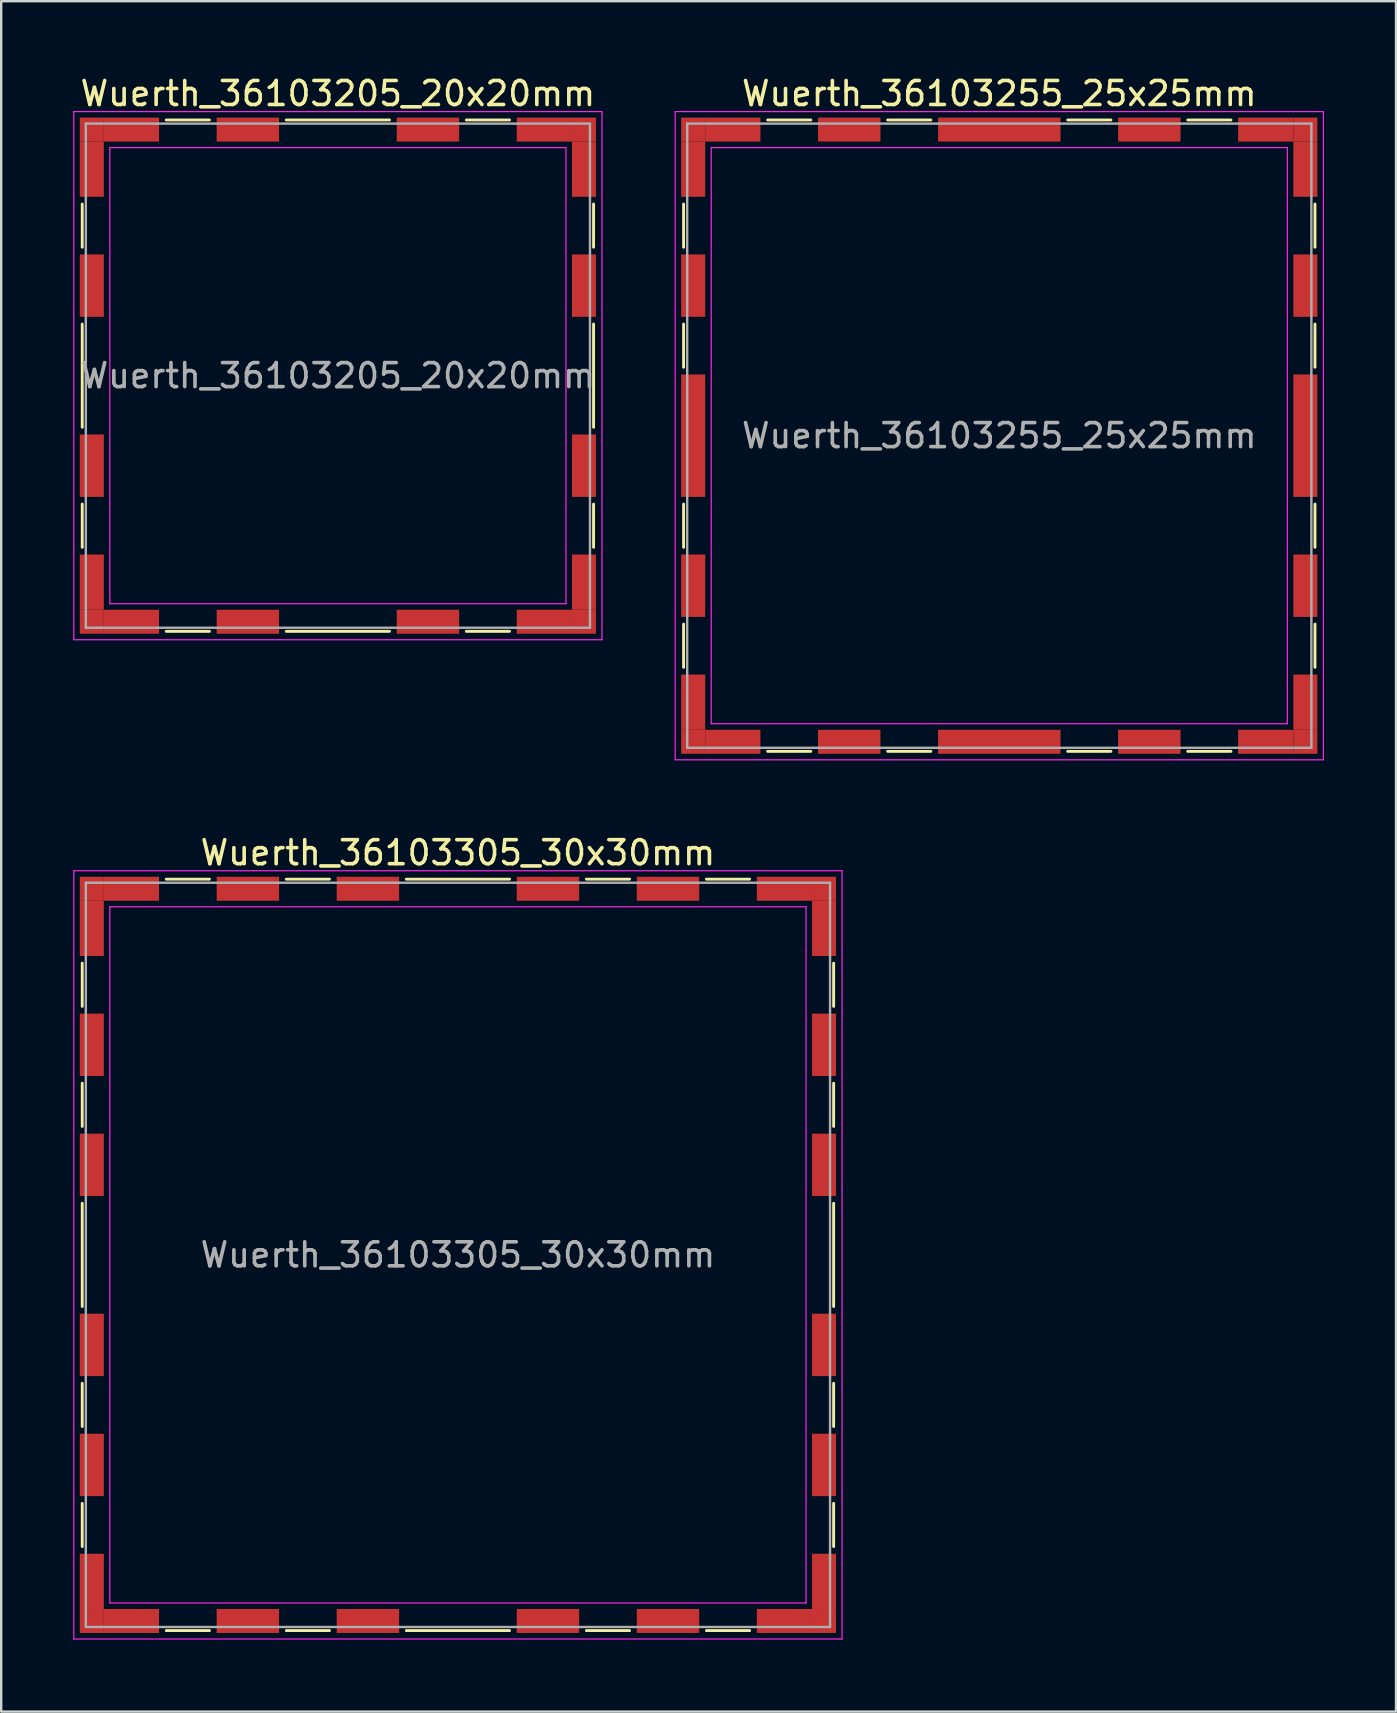
<source format=kicad_pcb>
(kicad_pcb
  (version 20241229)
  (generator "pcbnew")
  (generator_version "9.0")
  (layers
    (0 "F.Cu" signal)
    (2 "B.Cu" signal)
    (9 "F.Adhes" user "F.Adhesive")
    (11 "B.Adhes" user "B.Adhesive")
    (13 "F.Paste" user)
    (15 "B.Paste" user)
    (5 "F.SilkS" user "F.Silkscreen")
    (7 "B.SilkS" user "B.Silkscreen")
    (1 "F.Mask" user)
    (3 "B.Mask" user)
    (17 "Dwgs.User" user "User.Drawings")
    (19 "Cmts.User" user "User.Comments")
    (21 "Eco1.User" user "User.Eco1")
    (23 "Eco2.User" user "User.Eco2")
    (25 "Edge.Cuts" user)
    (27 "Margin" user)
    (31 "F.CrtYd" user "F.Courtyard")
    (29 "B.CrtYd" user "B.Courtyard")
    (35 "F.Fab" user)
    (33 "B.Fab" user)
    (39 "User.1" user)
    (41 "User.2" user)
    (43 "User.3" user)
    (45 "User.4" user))
  (footprint "Wuerth_36103205_20x20mm"
    (layer "F.Cu")
    (at 11.025 12.598)
    (property "Reference" "Wuerth_36103205_20x20mm" (at 0 -11.75 0) (layer "F.SilkS") (effects (font (size 1 1) (thickness 0.15))))
    (attr smd)
    (fp_line (start -10.65 -7.15) (end -10.65 -5.35) (stroke (width 0.12) (type solid)) (layer "F.SilkS"))
    (fp_line (start -10.65 -2.15) (end -10.65 2.15) (stroke (width 0.12) (type solid)) (layer "F.SilkS"))
    (fp_line (start -10.65 5.35) (end -10.65 7.15) (stroke (width 0.12) (type solid)) (layer "F.SilkS"))
    (fp_line (start -7.15 -10.65) (end -5.35 -10.65) (stroke (width 0.12) (type solid)) (layer "F.SilkS"))
    (fp_line (start -7.15 10.65) (end -5.35 10.65) (stroke (width 0.12) (type solid)) (layer "F.SilkS"))
    (fp_line (start -2.15 -10.65) (end 2.15 -10.65) (stroke (width 0.12) (type solid)) (layer "F.SilkS"))
    (fp_line (start -2.15 10.65) (end 2.15 10.65) (stroke (width 0.12) (type solid)) (layer "F.SilkS"))
    (fp_line (start 5.35 -10.65) (end 7.15 -10.65) (stroke (width 0.12) (type solid)) (layer "F.SilkS"))
    (fp_line (start 5.35 10.65) (end 7.15 10.65) (stroke (width 0.12) (type solid)) (layer "F.SilkS"))
    (fp_line (start 10.65 -7.15) (end 10.65 -5.35) (stroke (width 0.12) (type solid)) (layer "F.SilkS"))
    (fp_line (start 10.65 -2.15) (end 10.65 2.15) (stroke (width 0.12) (type solid)) (layer "F.SilkS"))
    (fp_line (start 10.65 5.35) (end 10.65 7.15) (stroke (width 0.12) (type solid)) (layer "F.SilkS"))
    (fp_line (start -11 -11) (end -11 11) (stroke (width 0.05) (type solid)) (layer "F.CrtYd"))
    (fp_line (start -11 11) (end 11 11) (stroke (width 0.05) (type solid)) (layer "F.CrtYd"))
    (fp_line (start -9.5 -9.5) (end -9.5 9.5) (stroke (width 0.05) (type solid)) (layer "F.CrtYd"))
    (fp_line (start -9.5 9.5) (end 9.5 9.5) (stroke (width 0.05) (type solid)) (layer "F.CrtYd"))
    (fp_line (start 9.5 -9.5) (end -9.5 -9.5) (stroke (width 0.05) (type solid)) (layer "F.CrtYd"))
    (fp_line (start 9.5 9.5) (end 9.5 -9.5) (stroke (width 0.05) (type solid)) (layer "F.CrtYd"))
    (fp_line (start 11 -11) (end -11 -11) (stroke (width 0.05) (type solid)) (layer "F.CrtYd"))
    (fp_line (start 11 11) (end 11 -11) (stroke (width 0.05) (type solid)) (layer "F.CrtYd"))
    (fp_line (start -10.5 -10.5) (end -10.5 10.5) (stroke (width 0.1) (type solid)) (layer "F.Fab"))
    (fp_line (start -10.5 10.5) (end 10.5 10.5) (stroke (width 0.1) (type solid)) (layer "F.Fab"))
    (fp_line (start 10.5 -10.5) (end -10.5 -10.5) (stroke (width 0.1) (type solid)) (layer "F.Fab"))
    (fp_line (start 10.5 10.5) (end 10.5 -10.5) (stroke (width 0.1) (type solid)) (layer "F.Fab"))
    (fp_text user "${REFERENCE}" (at 0 0 0) (layer "F.Fab") (effects (font (size 1 1) (thickness 0.15))))
    (pad "1" smd rect (at -10.25 -10.25) (size 1 1) (layers "F.Cu" "F.Mask" "F.Paste"))
    (pad "1" smd rect (at -10.25 -8.6) (size 1 2.3) (layers "F.Cu" "F.Mask" "F.Paste"))
    (pad "1" smd rect (at -10.25 -3.75) (size 1 2.6) (layers "F.Cu" "F.Mask" "F.Paste"))
    (pad "1" smd rect (at -10.25 3.75) (size 1 2.6) (layers "F.Cu" "F.Mask" "F.Paste"))
    (pad "1" smd rect (at -10.25 8.6) (size 1 2.3) (layers "F.Cu" "F.Mask" "F.Paste"))
    (pad "1" smd rect (at -10.25 10.25) (size 1 1) (layers "F.Cu" "F.Mask" "F.Paste"))
    (pad "1" smd rect (at -8.6 -10.25) (size 2.3 1) (layers "F.Cu" "F.Mask" "F.Paste"))
    (pad "1" smd rect (at -8.6 10.25) (size 2.3 1) (layers "F.Cu" "F.Mask" "F.Paste"))
    (pad "1" smd rect (at -3.75 -10.25) (size 2.6 1) (layers "F.Cu" "F.Mask" "F.Paste"))
    (pad "1" smd rect (at -3.75 10.25) (size 2.6 1) (layers "F.Cu" "F.Mask" "F.Paste"))
    (pad "1" smd rect (at 3.75 -10.25) (size 2.6 1) (layers "F.Cu" "F.Mask" "F.Paste"))
    (pad "1" smd rect (at 3.75 10.25) (size 2.6 1) (layers "F.Cu" "F.Mask" "F.Paste"))
    (pad "1" smd rect (at 8.6 -10.25) (size 2.3 1) (layers "F.Cu" "F.Mask" "F.Paste"))
    (pad "1" smd rect (at 8.6 10.25) (size 2.3 1) (layers "F.Cu" "F.Mask" "F.Paste"))
    (pad "1" smd rect (at 10.25 -10.25) (size 1 1) (layers "F.Cu" "F.Mask" "F.Paste"))
    (pad "1" smd rect (at 10.25 -8.6) (size 1 2.3) (layers "F.Cu" "F.Mask" "F.Paste"))
    (pad "1" smd rect (at 10.25 -3.75) (size 1 2.6) (layers "F.Cu" "F.Mask" "F.Paste"))
    (pad "1" smd rect (at 10.25 3.75) (size 1 2.6) (layers "F.Cu" "F.Mask" "F.Paste"))
    (pad "1" smd rect (at 10.25 8.6) (size 1 2.3) (layers "F.Cu" "F.Mask" "F.Paste"))
    (pad "1" smd rect (at 10.25 10.25) (size 1 1) (layers "F.Cu" "F.Mask" "F.Paste")))
  (footprint "Wuerth_36103255_25x25mm"
    (layer "F.Cu")
    (at 38.575 15.098)
    (property "Reference" "Wuerth_36103255_25x25mm" (at 0 -14.25 0) (layer "F.SilkS") (effects (font (size 1 1) (thickness 0.15))))
    (attr smd)
    (fp_line (start -13.15 -9.65) (end -13.15 -7.85) (stroke (width 0.12) (type solid)) (layer "F.SilkS"))
    (fp_line (start -13.15 -4.65) (end -13.15 -2.85) (stroke (width 0.12) (type solid)) (layer "F.SilkS"))
    (fp_line (start -13.15 2.85) (end -13.15 4.65) (stroke (width 0.12) (type solid)) (layer "F.SilkS"))
    (fp_line (start -13.15 7.85) (end -13.15 9.65) (stroke (width 0.12) (type solid)) (layer "F.SilkS"))
    (fp_line (start -9.65 -13.15) (end -7.85 -13.15) (stroke (width 0.12) (type solid)) (layer "F.SilkS"))
    (fp_line (start -9.65 13.15) (end -7.85 13.15) (stroke (width 0.12) (type solid)) (layer "F.SilkS"))
    (fp_line (start -4.65 -13.15) (end -2.85 -13.15) (stroke (width 0.12) (type solid)) (layer "F.SilkS"))
    (fp_line (start -4.65 13.15) (end -2.85 13.15) (stroke (width 0.12) (type solid)) (layer "F.SilkS"))
    (fp_line (start 2.85 -13.15) (end 4.65 -13.15) (stroke (width 0.12) (type solid)) (layer "F.SilkS"))
    (fp_line (start 2.85 13.15) (end 4.65 13.15) (stroke (width 0.12) (type solid)) (layer "F.SilkS"))
    (fp_line (start 7.85 -13.15) (end 9.65 -13.15) (stroke (width 0.12) (type solid)) (layer "F.SilkS"))
    (fp_line (start 7.85 13.15) (end 9.65 13.15) (stroke (width 0.12) (type solid)) (layer "F.SilkS"))
    (fp_line (start 13.15 -9.65) (end 13.15 -7.85) (stroke (width 0.12) (type solid)) (layer "F.SilkS"))
    (fp_line (start 13.15 -4.65) (end 13.15 -2.85) (stroke (width 0.12) (type solid)) (layer "F.SilkS"))
    (fp_line (start 13.15 2.85) (end 13.15 4.65) (stroke (width 0.12) (type solid)) (layer "F.SilkS"))
    (fp_line (start 13.15 7.85) (end 13.15 9.65) (stroke (width 0.12) (type solid)) (layer "F.SilkS"))
    (fp_line (start -13.5 -13.5) (end -13.5 13.5) (stroke (width 0.05) (type solid)) (layer "F.CrtYd"))
    (fp_line (start -13.5 13.5) (end 13.5 13.5) (stroke (width 0.05) (type solid)) (layer "F.CrtYd"))
    (fp_line (start -12 -12) (end -12 12) (stroke (width 0.05) (type solid)) (layer "F.CrtYd"))
    (fp_line (start -12 12) (end 12 12) (stroke (width 0.05) (type solid)) (layer "F.CrtYd"))
    (fp_line (start 12 -12) (end -12 -12) (stroke (width 0.05) (type solid)) (layer "F.CrtYd"))
    (fp_line (start 12 12) (end 12 -12) (stroke (width 0.05) (type solid)) (layer "F.CrtYd"))
    (fp_line (start 13.5 -13.5) (end -13.5 -13.5) (stroke (width 0.05) (type solid)) (layer "F.CrtYd"))
    (fp_line (start 13.5 13.5) (end 13.5 -13.5) (stroke (width 0.05) (type solid)) (layer "F.CrtYd"))
    (fp_line (start -13 -13) (end -13 13) (stroke (width 0.1) (type solid)) (layer "F.Fab"))
    (fp_line (start -13 13) (end 13 13) (stroke (width 0.1) (type solid)) (layer "F.Fab"))
    (fp_line (start 13 -13) (end -13 -13) (stroke (width 0.1) (type solid)) (layer "F.Fab"))
    (fp_line (start 13 13) (end 13 -13) (stroke (width 0.1) (type solid)) (layer "F.Fab"))
    (fp_text user "${REFERENCE}" (at 0 0 0) (layer "F.Fab") (effects (font (size 1 1) (thickness 0.15))))
    (pad "1" smd rect (at -12.75 -12.75) (size 1 1) (layers "F.Cu" "F.Mask" "F.Paste"))
    (pad "1" smd rect (at -12.75 -11.1) (size 1 2.3) (layers "F.Cu" "F.Mask" "F.Paste"))
    (pad "1" smd rect (at -12.75 -6.25) (size 1 2.6) (layers "F.Cu" "F.Mask" "F.Paste"))
    (pad "1" smd rect (at -12.75 0) (size 1 5.1) (layers "F.Cu" "F.Mask" "F.Paste"))
    (pad "1" smd rect (at -12.75 6.25) (size 1 2.6) (layers "F.Cu" "F.Mask" "F.Paste"))
    (pad "1" smd rect (at -12.75 11.1) (size 1 2.3) (layers "F.Cu" "F.Mask" "F.Paste"))
    (pad "1" smd rect (at -12.75 12.75) (size 1 1) (layers "F.Cu" "F.Mask" "F.Paste"))
    (pad "1" smd rect (at -11.1 -12.75) (size 2.3 1) (layers "F.Cu" "F.Mask" "F.Paste"))
    (pad "1" smd rect (at -11.1 12.75) (size 2.3 1) (layers "F.Cu" "F.Mask" "F.Paste"))
    (pad "1" smd rect (at -6.25 -12.75) (size 2.6 1) (layers "F.Cu" "F.Mask" "F.Paste"))
    (pad "1" smd rect (at -6.25 12.75) (size 2.6 1) (layers "F.Cu" "F.Mask" "F.Paste"))
    (pad "1" smd rect (at 0 -12.75) (size 5.1 1) (layers "F.Cu" "F.Mask" "F.Paste"))
    (pad "1" smd rect (at 0 12.75) (size 5.1 1) (layers "F.Cu" "F.Mask" "F.Paste"))
    (pad "1" smd rect (at 6.25 -12.75) (size 2.6 1) (layers "F.Cu" "F.Mask" "F.Paste"))
    (pad "1" smd rect (at 6.25 12.75) (size 2.6 1) (layers "F.Cu" "F.Mask" "F.Paste"))
    (pad "1" smd rect (at 11.1 -12.75) (size 2.3 1) (layers "F.Cu" "F.Mask" "F.Paste"))
    (pad "1" smd rect (at 11.1 12.75) (size 2.3 1) (layers "F.Cu" "F.Mask" "F.Paste"))
    (pad "1" smd rect (at 12.75 -12.75) (size 1 1) (layers "F.Cu" "F.Mask" "F.Paste"))
    (pad "1" smd rect (at 12.75 -11.1) (size 1 2.3) (layers "F.Cu" "F.Mask" "F.Paste"))
    (pad "1" smd rect (at 12.75 -6.25) (size 1 2.6) (layers "F.Cu" "F.Mask" "F.Paste"))
    (pad "1" smd rect (at 12.75 0) (size 1 5.1) (layers "F.Cu" "F.Mask" "F.Paste"))
    (pad "1" smd rect (at 12.75 6.25) (size 1 2.6) (layers "F.Cu" "F.Mask" "F.Paste"))
    (pad "1" smd rect (at 12.75 11.1) (size 1 2.3) (layers "F.Cu" "F.Mask" "F.Paste"))
    (pad "1" smd rect (at 12.75 12.75) (size 1 1) (layers "F.Cu" "F.Mask" "F.Paste")))
  (footprint "Wuerth_36103305_30x30mm"
    (layer "F.Cu")
    (at 16.025 49.221)
    (property "Reference" "Wuerth_36103305_30x30mm" (at 0 -16.75 0) (layer "F.SilkS") (effects (font (size 1 1) (thickness 0.15))))
    (attr smd)
    (fp_line (start -15.65 -12.15) (end -15.65 -10.35) (stroke (width 0.12) (type solid)) (layer "F.SilkS"))
    (fp_line (start -15.65 -7.15) (end -15.65 -5.35) (stroke (width 0.12) (type solid)) (layer "F.SilkS"))
    (fp_line (start -15.65 -2.15) (end -15.65 2.15) (stroke (width 0.12) (type solid)) (layer "F.SilkS"))
    (fp_line (start -15.65 5.35) (end -15.65 7.15) (stroke (width 0.12) (type solid)) (layer "F.SilkS"))
    (fp_line (start -15.65 10.35) (end -15.65 12.15) (stroke (width 0.12) (type solid)) (layer "F.SilkS"))
    (fp_line (start -12.15 -15.65) (end -10.35 -15.65) (stroke (width 0.12) (type solid)) (layer "F.SilkS"))
    (fp_line (start -12.15 15.65) (end -10.35 15.65) (stroke (width 0.12) (type solid)) (layer "F.SilkS"))
    (fp_line (start -7.15 -15.65) (end -5.35 -15.65) (stroke (width 0.12) (type solid)) (layer "F.SilkS"))
    (fp_line (start -7.15 15.65) (end -5.35 15.65) (stroke (width 0.12) (type solid)) (layer "F.SilkS"))
    (fp_line (start -2.15 -15.65) (end 2.15 -15.65) (stroke (width 0.12) (type solid)) (layer "F.SilkS"))
    (fp_line (start -2.15 15.65) (end 2.15 15.65) (stroke (width 0.12) (type solid)) (layer "F.SilkS"))
    (fp_line (start 5.35 -15.65) (end 7.15 -15.65) (stroke (width 0.12) (type solid)) (layer "F.SilkS"))
    (fp_line (start 5.35 15.65) (end 7.15 15.65) (stroke (width 0.12) (type solid)) (layer "F.SilkS"))
    (fp_line (start 10.35 -15.65) (end 12.15 -15.65) (stroke (width 0.12) (type solid)) (layer "F.SilkS"))
    (fp_line (start 10.35 15.65) (end 12.15 15.65) (stroke (width 0.12) (type solid)) (layer "F.SilkS"))
    (fp_line (start 15.65 -12.15) (end 15.65 -10.35) (stroke (width 0.12) (type solid)) (layer "F.SilkS"))
    (fp_line (start 15.65 -7.15) (end 15.65 -5.35) (stroke (width 0.12) (type solid)) (layer "F.SilkS"))
    (fp_line (start 15.65 -2.15) (end 15.65 2.15) (stroke (width 0.12) (type solid)) (layer "F.SilkS"))
    (fp_line (start 15.65 5.35) (end 15.65 7.15) (stroke (width 0.12) (type solid)) (layer "F.SilkS"))
    (fp_line (start 15.65 10.35) (end 15.65 12.15) (stroke (width 0.12) (type solid)) (layer "F.SilkS"))
    (fp_line (start -16 -16) (end -16 16) (stroke (width 0.05) (type solid)) (layer "F.CrtYd"))
    (fp_line (start -16 16) (end 16 16) (stroke (width 0.05) (type solid)) (layer "F.CrtYd"))
    (fp_line (start -14.5 -14.5) (end -14.5 14.5) (stroke (width 0.05) (type solid)) (layer "F.CrtYd"))
    (fp_line (start -14.5 14.5) (end 14.5 14.5) (stroke (width 0.05) (type solid)) (layer "F.CrtYd"))
    (fp_line (start 14.5 -14.5) (end -14.5 -14.5) (stroke (width 0.05) (type solid)) (layer "F.CrtYd"))
    (fp_line (start 14.5 14.5) (end 14.5 -14.5) (stroke (width 0.05) (type solid)) (layer "F.CrtYd"))
    (fp_line (start 16 -16) (end -16 -16) (stroke (width 0.05) (type solid)) (layer "F.CrtYd"))
    (fp_line (start 16 16) (end 16 -16) (stroke (width 0.05) (type solid)) (layer "F.CrtYd"))
    (fp_line (start -15.5 -15.5) (end -15.5 15.5) (stroke (width 0.1) (type solid)) (layer "F.Fab"))
    (fp_line (start -15.5 15.5) (end 15.5 15.5) (stroke (width 0.1) (type solid)) (layer "F.Fab"))
    (fp_line (start 15.5 -15.5) (end -15.5 -15.5) (stroke (width 0.1) (type solid)) (layer "F.Fab"))
    (fp_line (start 15.5 15.5) (end 15.5 -15.5) (stroke (width 0.1) (type solid)) (layer "F.Fab"))
    (fp_text user "${REFERENCE}" (at 0 0 0) (layer "F.Fab") (effects (font (size 1 1) (thickness 0.15))))
    (pad "1" smd rect (at -15.25 -15.25) (size 1 1) (layers "F.Cu" "F.Mask" "F.Paste"))
    (pad "1" smd rect (at -15.25 -13.6) (size 1 2.3) (layers "F.Cu" "F.Mask" "F.Paste"))
    (pad "1" smd rect (at -15.25 -8.75) (size 1 2.6) (layers "F.Cu" "F.Mask" "F.Paste"))
    (pad "1" smd rect (at -15.25 -3.75) (size 1 2.6) (layers "F.Cu" "F.Mask" "F.Paste"))
    (pad "1" smd rect (at -15.25 3.75) (size 1 2.6) (layers "F.Cu" "F.Mask" "F.Paste"))
    (pad "1" smd rect (at -15.25 8.75) (size 1 2.6) (layers "F.Cu" "F.Mask" "F.Paste"))
    (pad "1" smd rect (at -15.25 13.6) (size 1 2.3) (layers "F.Cu" "F.Mask" "F.Paste"))
    (pad "1" smd rect (at -15.25 15.25) (size 1 1) (layers "F.Cu" "F.Mask" "F.Paste"))
    (pad "1" smd rect (at -13.6 -15.25) (size 2.3 1) (layers "F.Cu" "F.Mask" "F.Paste"))
    (pad "1" smd rect (at -13.6 15.25) (size 2.3 1) (layers "F.Cu" "F.Mask" "F.Paste"))
    (pad "1" smd rect (at -8.75 -15.25) (size 2.6 1) (layers "F.Cu" "F.Mask" "F.Paste"))
    (pad "1" smd rect (at -8.75 15.25) (size 2.6 1) (layers "F.Cu" "F.Mask" "F.Paste"))
    (pad "1" smd rect (at -3.75 -15.25) (size 2.6 1) (layers "F.Cu" "F.Mask" "F.Paste"))
    (pad "1" smd rect (at -3.75 15.25) (size 2.6 1) (layers "F.Cu" "F.Mask" "F.Paste"))
    (pad "1" smd rect (at 3.75 -15.25) (size 2.6 1) (layers "F.Cu" "F.Mask" "F.Paste"))
    (pad "1" smd rect (at 3.75 15.25) (size 2.6 1) (layers "F.Cu" "F.Mask" "F.Paste"))
    (pad "1" smd rect (at 8.75 -15.25) (size 2.6 1) (layers "F.Cu" "F.Mask" "F.Paste"))
    (pad "1" smd rect (at 8.75 15.25) (size 2.6 1) (layers "F.Cu" "F.Mask" "F.Paste"))
    (pad "1" smd rect (at 13.6 -15.25) (size 2.3 1) (layers "F.Cu" "F.Mask" "F.Paste"))
    (pad "1" smd rect (at 13.6 15.25) (size 2.3 1) (layers "F.Cu" "F.Mask" "F.Paste"))
    (pad "1" smd rect (at 15.25 -15.25) (size 1 1) (layers "F.Cu" "F.Mask" "F.Paste"))
    (pad "1" smd rect (at 15.25 -13.6) (size 1 2.3) (layers "F.Cu" "F.Mask" "F.Paste"))
    (pad "1" smd rect (at 15.25 -8.75) (size 1 2.6) (layers "F.Cu" "F.Mask" "F.Paste"))
    (pad "1" smd rect (at 15.25 -3.75) (size 1 2.6) (layers "F.Cu" "F.Mask" "F.Paste"))
    (pad "1" smd rect (at 15.25 3.75) (size 1 2.6) (layers "F.Cu" "F.Mask" "F.Paste"))
    (pad "1" smd rect (at 15.25 8.75) (size 1 2.6) (layers "F.Cu" "F.Mask" "F.Paste"))
    (pad "1" smd rect (at 15.25 13.6) (size 1 2.3) (layers "F.Cu" "F.Mask" "F.Paste"))
    (pad "1" smd rect (at 15.25 15.25) (size 1 1) (layers "F.Cu" "F.Mask" "F.Paste")))
  (gr_rect
    (start -3 -3)
    (end 55.1 68.246)
    (stroke (width 0.1) (type default))
    (fill no)
    (layer "Edge.Cuts")))
</source>
